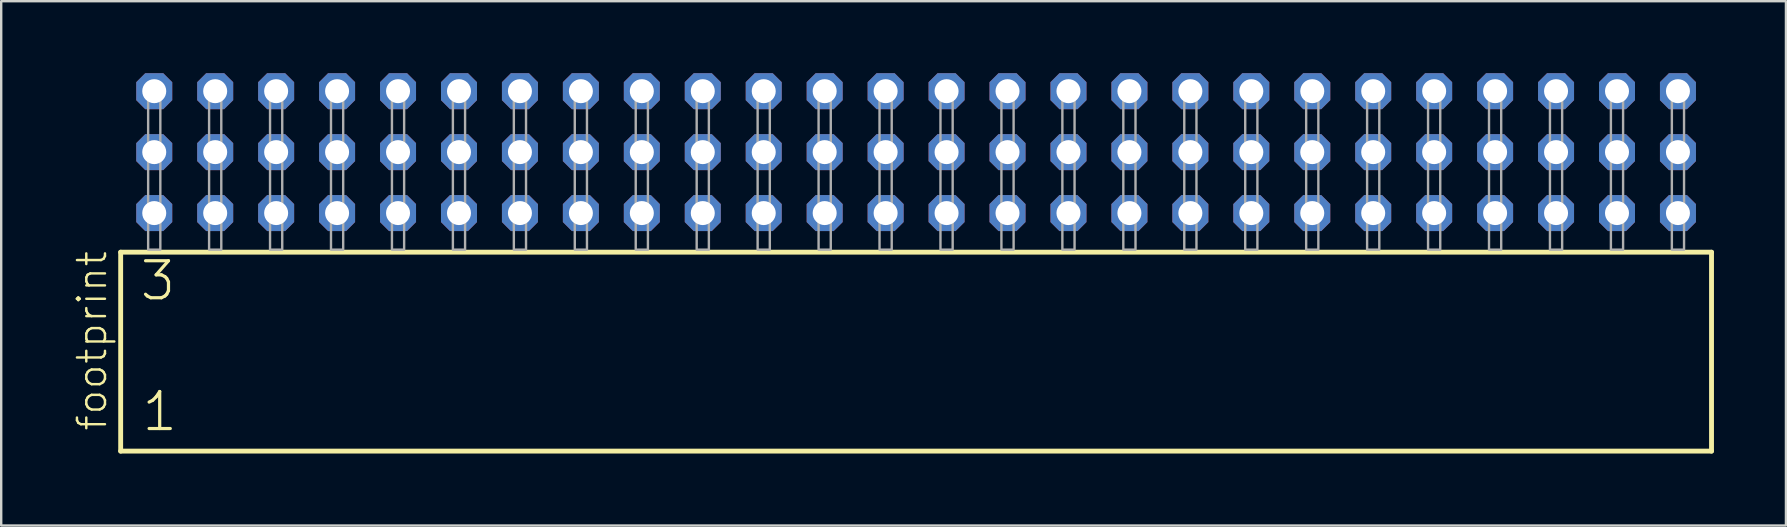
<source format=kicad_pcb>
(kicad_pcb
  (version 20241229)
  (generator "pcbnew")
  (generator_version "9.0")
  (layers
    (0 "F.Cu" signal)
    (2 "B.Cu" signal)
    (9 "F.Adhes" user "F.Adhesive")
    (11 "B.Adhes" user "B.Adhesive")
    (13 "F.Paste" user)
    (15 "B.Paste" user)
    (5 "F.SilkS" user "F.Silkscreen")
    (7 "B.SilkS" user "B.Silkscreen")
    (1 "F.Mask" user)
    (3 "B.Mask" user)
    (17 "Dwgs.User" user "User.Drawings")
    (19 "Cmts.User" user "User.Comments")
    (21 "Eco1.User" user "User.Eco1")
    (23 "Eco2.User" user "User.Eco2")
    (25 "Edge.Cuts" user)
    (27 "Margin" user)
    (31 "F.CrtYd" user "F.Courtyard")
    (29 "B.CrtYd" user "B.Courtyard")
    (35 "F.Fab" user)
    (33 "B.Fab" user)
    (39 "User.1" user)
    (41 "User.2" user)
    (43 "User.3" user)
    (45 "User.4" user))
  (footprint "footprint"
    (layer "F.Cu")
    (at 35.128 7.354)
    (property "Reference" "footprint" (at -33.655 7.62 90) (layer "F.SilkS") (effects (font (size 1.168 1.168) (thickness 0.102)) (justify left bottom)))
    (fp_line (start -33.149 0.106) (end -33.149 8.396) (stroke (width 0.203) (type solid)) (layer "F.SilkS"))
    (fp_line (start -33.149 8.396) (end 33.149 8.396) (stroke (width 0.203) (type solid)) (layer "F.SilkS"))
    (fp_line (start 33.149 0.106) (end -33.149 0.106) (stroke (width 0.203) (type solid)) (layer "F.SilkS"))
    (fp_line (start 33.149 8.396) (end 33.149 0.106) (stroke (width 0.203) (type solid)) (layer "F.SilkS"))
    (fp_poly (pts (xy -32.004 0) (xy -31.496 0) (xy -31.496 -6.858) (xy -32.004 -6.858)) (stroke (width 0.1) (type solid)) (fill no) (layer "F.Fab"))
    (fp_poly (pts (xy -29.464 0) (xy -28.956 0) (xy -28.956 -6.858) (xy -29.464 -6.858)) (stroke (width 0.1) (type solid)) (fill no) (layer "F.Fab"))
    (fp_poly (pts (xy -26.924 0) (xy -26.416 0) (xy -26.416 -6.858) (xy -26.924 -6.858)) (stroke (width 0.1) (type solid)) (fill no) (layer "F.Fab"))
    (fp_poly (pts (xy -24.384 0) (xy -23.876 0) (xy -23.876 -6.858) (xy -24.384 -6.858)) (stroke (width 0.1) (type solid)) (fill no) (layer "F.Fab"))
    (fp_poly (pts (xy -21.844 0) (xy -21.336 0) (xy -21.336 -6.858) (xy -21.844 -6.858)) (stroke (width 0.1) (type solid)) (fill no) (layer "F.Fab"))
    (fp_poly (pts (xy -19.304 0) (xy -18.796 0) (xy -18.796 -6.858) (xy -19.304 -6.858)) (stroke (width 0.1) (type solid)) (fill no) (layer "F.Fab"))
    (fp_poly (pts (xy -16.764 0) (xy -16.256 0) (xy -16.256 -6.858) (xy -16.764 -6.858)) (stroke (width 0.1) (type solid)) (fill no) (layer "F.Fab"))
    (fp_poly (pts (xy -14.224 0) (xy -13.716 0) (xy -13.716 -6.858) (xy -14.224 -6.858)) (stroke (width 0.1) (type solid)) (fill no) (layer "F.Fab"))
    (fp_poly (pts (xy -11.684 0) (xy -11.176 0) (xy -11.176 -6.858) (xy -11.684 -6.858)) (stroke (width 0.1) (type solid)) (fill no) (layer "F.Fab"))
    (fp_poly (pts (xy -9.144 0) (xy -8.636 0) (xy -8.636 -6.858) (xy -9.144 -6.858)) (stroke (width 0.1) (type solid)) (fill no) (layer "F.Fab"))
    (fp_poly (pts (xy -6.604 0) (xy -6.096 0) (xy -6.096 -6.858) (xy -6.604 -6.858)) (stroke (width 0.1) (type solid)) (fill no) (layer "F.Fab"))
    (fp_poly (pts (xy -4.064 0) (xy -3.556 0) (xy -3.556 -6.858) (xy -4.064 -6.858)) (stroke (width 0.1) (type solid)) (fill no) (layer "F.Fab"))
    (fp_poly (pts (xy -1.524 0) (xy -1.016 0) (xy -1.016 -6.858) (xy -1.524 -6.858)) (stroke (width 0.1) (type solid)) (fill no) (layer "F.Fab"))
    (fp_poly (pts (xy 1.016 0) (xy 1.524 0) (xy 1.524 -6.858) (xy 1.016 -6.858)) (stroke (width 0.1) (type solid)) (fill no) (layer "F.Fab"))
    (fp_poly (pts (xy 3.556 0) (xy 4.064 0) (xy 4.064 -6.858) (xy 3.556 -6.858)) (stroke (width 0.1) (type solid)) (fill no) (layer "F.Fab"))
    (fp_poly (pts (xy 6.096 0) (xy 6.604 0) (xy 6.604 -6.858) (xy 6.096 -6.858)) (stroke (width 0.1) (type solid)) (fill no) (layer "F.Fab"))
    (fp_poly (pts (xy 8.636 0) (xy 9.144 0) (xy 9.144 -6.858) (xy 8.636 -6.858)) (stroke (width 0.1) (type solid)) (fill no) (layer "F.Fab"))
    (fp_poly (pts (xy 11.176 0) (xy 11.684 0) (xy 11.684 -6.858) (xy 11.176 -6.858)) (stroke (width 0.1) (type solid)) (fill no) (layer "F.Fab"))
    (fp_poly (pts (xy 13.716 0) (xy 14.224 0) (xy 14.224 -6.858) (xy 13.716 -6.858)) (stroke (width 0.1) (type solid)) (fill no) (layer "F.Fab"))
    (fp_poly (pts (xy 16.256 0) (xy 16.764 0) (xy 16.764 -6.858) (xy 16.256 -6.858)) (stroke (width 0.1) (type solid)) (fill no) (layer "F.Fab"))
    (fp_poly (pts (xy 18.796 0) (xy 19.304 0) (xy 19.304 -6.858) (xy 18.796 -6.858)) (stroke (width 0.1) (type solid)) (fill no) (layer "F.Fab"))
    (fp_poly (pts (xy 21.336 0) (xy 21.844 0) (xy 21.844 -6.858) (xy 21.336 -6.858)) (stroke (width 0.1) (type solid)) (fill no) (layer "F.Fab"))
    (fp_poly (pts (xy 23.876 0) (xy 24.384 0) (xy 24.384 -6.858) (xy 23.876 -6.858)) (stroke (width 0.1) (type solid)) (fill no) (layer "F.Fab"))
    (fp_poly (pts (xy 26.416 0) (xy 26.924 0) (xy 26.924 -6.858) (xy 26.416 -6.858)) (stroke (width 0.1) (type solid)) (fill no) (layer "F.Fab"))
    (fp_poly (pts (xy 28.956 0) (xy 29.464 0) (xy 29.464 -6.858) (xy 28.956 -6.858)) (stroke (width 0.1) (type solid)) (fill no) (layer "F.Fab"))
    (fp_poly (pts (xy 31.496 0) (xy 32.004 0) (xy 32.004 -6.858) (xy 31.496 -6.858)) (stroke (width 0.1) (type solid)) (fill no) (layer "F.Fab"))
    (fp_text user "1" (at -32.345 7.65 0) (layer "F.SilkS") (effects (font (size 1.542 1.542) (thickness 0.134)) (justify left bottom)))
    (fp_text user "3" (at -32.42 2.2 0) (layer "F.SilkS") (effects (font (size 1.542 1.542) (thickness 0.134)) (justify left bottom)))
    (pad "1" thru_hole roundrect (at -31.75 -1.524) (size 1.5 1.5) (drill 1) (layers "*.Cu" "*.Mask") (roundrect_rratio 0.25) (chamfer_ratio 0.25) (chamfer top_left top_right bottom_left bottom_right))
    (pad "2" thru_hole roundrect (at -31.75 -4.064) (size 1.5 1.5) (drill 1) (layers "*.Cu" "*.Mask") (roundrect_rratio 0.25) (chamfer_ratio 0.25) (chamfer top_left top_right bottom_left bottom_right))
    (pad "3" thru_hole roundrect (at -31.75 -6.604) (size 1.5 1.5) (drill 1) (layers "*.Cu" "*.Mask") (roundrect_rratio 0.25) (chamfer_ratio 0.25) (chamfer top_left top_right bottom_left bottom_right))
    (pad "4" thru_hole roundrect (at -29.21 -1.524) (size 1.5 1.5) (drill 1) (layers "*.Cu" "*.Mask") (roundrect_rratio 0.25) (chamfer_ratio 0.25) (chamfer top_left top_right bottom_left bottom_right))
    (pad "5" thru_hole roundrect (at -29.21 -4.064) (size 1.5 1.5) (drill 1) (layers "*.Cu" "*.Mask") (roundrect_rratio 0.25) (chamfer_ratio 0.25) (chamfer top_left top_right bottom_left bottom_right))
    (pad "6" thru_hole roundrect (at -29.21 -6.604) (size 1.5 1.5) (drill 1) (layers "*.Cu" "*.Mask") (roundrect_rratio 0.25) (chamfer_ratio 0.25) (chamfer top_left top_right bottom_left bottom_right))
    (pad "7" thru_hole roundrect (at -26.67 -1.524) (size 1.5 1.5) (drill 1) (layers "*.Cu" "*.Mask") (roundrect_rratio 0.25) (chamfer_ratio 0.25) (chamfer top_left top_right bottom_left bottom_right))
    (pad "8" thru_hole roundrect (at -26.67 -4.064) (size 1.5 1.5) (drill 1) (layers "*.Cu" "*.Mask") (roundrect_rratio 0.25) (chamfer_ratio 0.25) (chamfer top_left top_right bottom_left bottom_right))
    (pad "9" thru_hole roundrect (at -26.67 -6.604) (size 1.5 1.5) (drill 1) (layers "*.Cu" "*.Mask") (roundrect_rratio 0.25) (chamfer_ratio 0.25) (chamfer top_left top_right bottom_left bottom_right))
    (pad "10" thru_hole roundrect (at -24.13 -1.524) (size 1.5 1.5) (drill 1) (layers "*.Cu" "*.Mask") (roundrect_rratio 0.25) (chamfer_ratio 0.25) (chamfer top_left top_right bottom_left bottom_right))
    (pad "11" thru_hole roundrect (at -24.13 -4.064) (size 1.5 1.5) (drill 1) (layers "*.Cu" "*.Mask") (roundrect_rratio 0.25) (chamfer_ratio 0.25) (chamfer top_left top_right bottom_left bottom_right))
    (pad "12" thru_hole roundrect (at -24.13 -6.604) (size 1.5 1.5) (drill 1) (layers "*.Cu" "*.Mask") (roundrect_rratio 0.25) (chamfer_ratio 0.25) (chamfer top_left top_right bottom_left bottom_right))
    (pad "13" thru_hole roundrect (at -21.59 -1.524) (size 1.5 1.5) (drill 1) (layers "*.Cu" "*.Mask") (roundrect_rratio 0.25) (chamfer_ratio 0.25) (chamfer top_left top_right bottom_left bottom_right))
    (pad "14" thru_hole roundrect (at -21.59 -4.064) (size 1.5 1.5) (drill 1) (layers "*.Cu" "*.Mask") (roundrect_rratio 0.25) (chamfer_ratio 0.25) (chamfer top_left top_right bottom_left bottom_right))
    (pad "15" thru_hole roundrect (at -21.59 -6.604) (size 1.5 1.5) (drill 1) (layers "*.Cu" "*.Mask") (roundrect_rratio 0.25) (chamfer_ratio 0.25) (chamfer top_left top_right bottom_left bottom_right))
    (pad "16" thru_hole roundrect (at -19.05 -1.524) (size 1.5 1.5) (drill 1) (layers "*.Cu" "*.Mask") (roundrect_rratio 0.25) (chamfer_ratio 0.25) (chamfer top_left top_right bottom_left bottom_right))
    (pad "17" thru_hole roundrect (at -19.05 -4.064) (size 1.5 1.5) (drill 1) (layers "*.Cu" "*.Mask") (roundrect_rratio 0.25) (chamfer_ratio 0.25) (chamfer top_left top_right bottom_left bottom_right))
    (pad "18" thru_hole roundrect (at -19.05 -6.604) (size 1.5 1.5) (drill 1) (layers "*.Cu" "*.Mask") (roundrect_rratio 0.25) (chamfer_ratio 0.25) (chamfer top_left top_right bottom_left bottom_right))
    (pad "19" thru_hole roundrect (at -16.51 -1.524) (size 1.5 1.5) (drill 1) (layers "*.Cu" "*.Mask") (roundrect_rratio 0.25) (chamfer_ratio 0.25) (chamfer top_left top_right bottom_left bottom_right))
    (pad "20" thru_hole roundrect (at -16.51 -4.064) (size 1.5 1.5) (drill 1) (layers "*.Cu" "*.Mask") (roundrect_rratio 0.25) (chamfer_ratio 0.25) (chamfer top_left top_right bottom_left bottom_right))
    (pad "21" thru_hole roundrect (at -16.51 -6.604) (size 1.5 1.5) (drill 1) (layers "*.Cu" "*.Mask") (roundrect_rratio 0.25) (chamfer_ratio 0.25) (chamfer top_left top_right bottom_left bottom_right))
    (pad "22" thru_hole roundrect (at -13.97 -1.524) (size 1.5 1.5) (drill 1) (layers "*.Cu" "*.Mask") (roundrect_rratio 0.25) (chamfer_ratio 0.25) (chamfer top_left top_right bottom_left bottom_right))
    (pad "23" thru_hole roundrect (at -13.97 -4.064) (size 1.5 1.5) (drill 1) (layers "*.Cu" "*.Mask") (roundrect_rratio 0.25) (chamfer_ratio 0.25) (chamfer top_left top_right bottom_left bottom_right))
    (pad "24" thru_hole roundrect (at -13.97 -6.604) (size 1.5 1.5) (drill 1) (layers "*.Cu" "*.Mask") (roundrect_rratio 0.25) (chamfer_ratio 0.25) (chamfer top_left top_right bottom_left bottom_right))
    (pad "25" thru_hole roundrect (at -11.43 -1.524) (size 1.5 1.5) (drill 1) (layers "*.Cu" "*.Mask") (roundrect_rratio 0.25) (chamfer_ratio 0.25) (chamfer top_left top_right bottom_left bottom_right))
    (pad "26" thru_hole roundrect (at -11.43 -4.064) (size 1.5 1.5) (drill 1) (layers "*.Cu" "*.Mask") (roundrect_rratio 0.25) (chamfer_ratio 0.25) (chamfer top_left top_right bottom_left bottom_right))
    (pad "27" thru_hole roundrect (at -11.43 -6.604) (size 1.5 1.5) (drill 1) (layers "*.Cu" "*.Mask") (roundrect_rratio 0.25) (chamfer_ratio 0.25) (chamfer top_left top_right bottom_left bottom_right))
    (pad "28" thru_hole roundrect (at -8.89 -1.524) (size 1.5 1.5) (drill 1) (layers "*.Cu" "*.Mask") (roundrect_rratio 0.25) (chamfer_ratio 0.25) (chamfer top_left top_right bottom_left bottom_right))
    (pad "29" thru_hole roundrect (at -8.89 -4.064) (size 1.5 1.5) (drill 1) (layers "*.Cu" "*.Mask") (roundrect_rratio 0.25) (chamfer_ratio 0.25) (chamfer top_left top_right bottom_left bottom_right))
    (pad "30" thru_hole roundrect (at -8.89 -6.604) (size 1.5 1.5) (drill 1) (layers "*.Cu" "*.Mask") (roundrect_rratio 0.25) (chamfer_ratio 0.25) (chamfer top_left top_right bottom_left bottom_right))
    (pad "31" thru_hole roundrect (at -6.35 -1.524) (size 1.5 1.5) (drill 1) (layers "*.Cu" "*.Mask") (roundrect_rratio 0.25) (chamfer_ratio 0.25) (chamfer top_left top_right bottom_left bottom_right))
    (pad "32" thru_hole roundrect (at -6.35 -4.064) (size 1.5 1.5) (drill 1) (layers "*.Cu" "*.Mask") (roundrect_rratio 0.25) (chamfer_ratio 0.25) (chamfer top_left top_right bottom_left bottom_right))
    (pad "33" thru_hole roundrect (at -6.35 -6.604) (size 1.5 1.5) (drill 1) (layers "*.Cu" "*.Mask") (roundrect_rratio 0.25) (chamfer_ratio 0.25) (chamfer top_left top_right bottom_left bottom_right))
    (pad "34" thru_hole roundrect (at -3.81 -1.524) (size 1.5 1.5) (drill 1) (layers "*.Cu" "*.Mask") (roundrect_rratio 0.25) (chamfer_ratio 0.25) (chamfer top_left top_right bottom_left bottom_right))
    (pad "35" thru_hole roundrect (at -3.81 -4.064) (size 1.5 1.5) (drill 1) (layers "*.Cu" "*.Mask") (roundrect_rratio 0.25) (chamfer_ratio 0.25) (chamfer top_left top_right bottom_left bottom_right))
    (pad "36" thru_hole roundrect (at -3.81 -6.604) (size 1.5 1.5) (drill 1) (layers "*.Cu" "*.Mask") (roundrect_rratio 0.25) (chamfer_ratio 0.25) (chamfer top_left top_right bottom_left bottom_right))
    (pad "37" thru_hole roundrect (at -1.27 -1.524) (size 1.5 1.5) (drill 1) (layers "*.Cu" "*.Mask") (roundrect_rratio 0.25) (chamfer_ratio 0.25) (chamfer top_left top_right bottom_left bottom_right))
    (pad "38" thru_hole roundrect (at -1.27 -4.064) (size 1.5 1.5) (drill 1) (layers "*.Cu" "*.Mask") (roundrect_rratio 0.25) (chamfer_ratio 0.25) (chamfer top_left top_right bottom_left bottom_right))
    (pad "39" thru_hole roundrect (at -1.27 -6.604) (size 1.5 1.5) (drill 1) (layers "*.Cu" "*.Mask") (roundrect_rratio 0.25) (chamfer_ratio 0.25) (chamfer top_left top_right bottom_left bottom_right))
    (pad "40" thru_hole roundrect (at 1.27 -1.524) (size 1.5 1.5) (drill 1) (layers "*.Cu" "*.Mask") (roundrect_rratio 0.25) (chamfer_ratio 0.25) (chamfer top_left top_right bottom_left bottom_right))
    (pad "41" thru_hole roundrect (at 1.27 -4.064) (size 1.5 1.5) (drill 1) (layers "*.Cu" "*.Mask") (roundrect_rratio 0.25) (chamfer_ratio 0.25) (chamfer top_left top_right bottom_left bottom_right))
    (pad "42" thru_hole roundrect (at 1.27 -6.604) (size 1.5 1.5) (drill 1) (layers "*.Cu" "*.Mask") (roundrect_rratio 0.25) (chamfer_ratio 0.25) (chamfer top_left top_right bottom_left bottom_right))
    (pad "43" thru_hole roundrect (at 3.81 -1.524) (size 1.5 1.5) (drill 1) (layers "*.Cu" "*.Mask") (roundrect_rratio 0.25) (chamfer_ratio 0.25) (chamfer top_left top_right bottom_left bottom_right))
    (pad "44" thru_hole roundrect (at 3.81 -4.064) (size 1.5 1.5) (drill 1) (layers "*.Cu" "*.Mask") (roundrect_rratio 0.25) (chamfer_ratio 0.25) (chamfer top_left top_right bottom_left bottom_right))
    (pad "45" thru_hole roundrect (at 3.81 -6.604) (size 1.5 1.5) (drill 1) (layers "*.Cu" "*.Mask") (roundrect_rratio 0.25) (chamfer_ratio 0.25) (chamfer top_left top_right bottom_left bottom_right))
    (pad "46" thru_hole roundrect (at 6.35 -1.524) (size 1.5 1.5) (drill 1) (layers "*.Cu" "*.Mask") (roundrect_rratio 0.25) (chamfer_ratio 0.25) (chamfer top_left top_right bottom_left bottom_right))
    (pad "47" thru_hole roundrect (at 6.35 -4.064) (size 1.5 1.5) (drill 1) (layers "*.Cu" "*.Mask") (roundrect_rratio 0.25) (chamfer_ratio 0.25) (chamfer top_left top_right bottom_left bottom_right))
    (pad "48" thru_hole roundrect (at 6.35 -6.604) (size 1.5 1.5) (drill 1) (layers "*.Cu" "*.Mask") (roundrect_rratio 0.25) (chamfer_ratio 0.25) (chamfer top_left top_right bottom_left bottom_right))
    (pad "49" thru_hole roundrect (at 8.89 -1.524) (size 1.5 1.5) (drill 1) (layers "*.Cu" "*.Mask") (roundrect_rratio 0.25) (chamfer_ratio 0.25) (chamfer top_left top_right bottom_left bottom_right))
    (pad "50" thru_hole roundrect (at 8.89 -4.064) (size 1.5 1.5) (drill 1) (layers "*.Cu" "*.Mask") (roundrect_rratio 0.25) (chamfer_ratio 0.25) (chamfer top_left top_right bottom_left bottom_right))
    (pad "51" thru_hole roundrect (at 8.89 -6.604) (size 1.5 1.5) (drill 1) (layers "*.Cu" "*.Mask") (roundrect_rratio 0.25) (chamfer_ratio 0.25) (chamfer top_left top_right bottom_left bottom_right))
    (pad "52" thru_hole roundrect (at 11.43 -1.524) (size 1.5 1.5) (drill 1) (layers "*.Cu" "*.Mask") (roundrect_rratio 0.25) (chamfer_ratio 0.25) (chamfer top_left top_right bottom_left bottom_right))
    (pad "53" thru_hole roundrect (at 11.43 -4.064) (size 1.5 1.5) (drill 1) (layers "*.Cu" "*.Mask") (roundrect_rratio 0.25) (chamfer_ratio 0.25) (chamfer top_left top_right bottom_left bottom_right))
    (pad "54" thru_hole roundrect (at 11.43 -6.604) (size 1.5 1.5) (drill 1) (layers "*.Cu" "*.Mask") (roundrect_rratio 0.25) (chamfer_ratio 0.25) (chamfer top_left top_right bottom_left bottom_right))
    (pad "55" thru_hole roundrect (at 13.97 -1.524) (size 1.5 1.5) (drill 1) (layers "*.Cu" "*.Mask") (roundrect_rratio 0.25) (chamfer_ratio 0.25) (chamfer top_left top_right bottom_left bottom_right))
    (pad "56" thru_hole roundrect (at 13.97 -4.064) (size 1.5 1.5) (drill 1) (layers "*.Cu" "*.Mask") (roundrect_rratio 0.25) (chamfer_ratio 0.25) (chamfer top_left top_right bottom_left bottom_right))
    (pad "57" thru_hole roundrect (at 13.97 -6.604) (size 1.5 1.5) (drill 1) (layers "*.Cu" "*.Mask") (roundrect_rratio 0.25) (chamfer_ratio 0.25) (chamfer top_left top_right bottom_left bottom_right))
    (pad "58" thru_hole roundrect (at 16.51 -1.524) (size 1.5 1.5) (drill 1) (layers "*.Cu" "*.Mask") (roundrect_rratio 0.25) (chamfer_ratio 0.25) (chamfer top_left top_right bottom_left bottom_right))
    (pad "59" thru_hole roundrect (at 16.51 -4.064) (size 1.5 1.5) (drill 1) (layers "*.Cu" "*.Mask") (roundrect_rratio 0.25) (chamfer_ratio 0.25) (chamfer top_left top_right bottom_left bottom_right))
    (pad "60" thru_hole roundrect (at 16.51 -6.604) (size 1.5 1.5) (drill 1) (layers "*.Cu" "*.Mask") (roundrect_rratio 0.25) (chamfer_ratio 0.25) (chamfer top_left top_right bottom_left bottom_right))
    (pad "61" thru_hole roundrect (at 19.05 -1.524) (size 1.5 1.5) (drill 1) (layers "*.Cu" "*.Mask") (roundrect_rratio 0.25) (chamfer_ratio 0.25) (chamfer top_left top_right bottom_left bottom_right))
    (pad "62" thru_hole roundrect (at 19.05 -4.064) (size 1.5 1.5) (drill 1) (layers "*.Cu" "*.Mask") (roundrect_rratio 0.25) (chamfer_ratio 0.25) (chamfer top_left top_right bottom_left bottom_right))
    (pad "63" thru_hole roundrect (at 19.05 -6.604) (size 1.5 1.5) (drill 1) (layers "*.Cu" "*.Mask") (roundrect_rratio 0.25) (chamfer_ratio 0.25) (chamfer top_left top_right bottom_left bottom_right))
    (pad "64" thru_hole roundrect (at 21.59 -1.524) (size 1.5 1.5) (drill 1) (layers "*.Cu" "*.Mask") (roundrect_rratio 0.25) (chamfer_ratio 0.25) (chamfer top_left top_right bottom_left bottom_right))
    (pad "65" thru_hole roundrect (at 21.59 -4.064) (size 1.5 1.5) (drill 1) (layers "*.Cu" "*.Mask") (roundrect_rratio 0.25) (chamfer_ratio 0.25) (chamfer top_left top_right bottom_left bottom_right))
    (pad "66" thru_hole roundrect (at 21.59 -6.604) (size 1.5 1.5) (drill 1) (layers "*.Cu" "*.Mask") (roundrect_rratio 0.25) (chamfer_ratio 0.25) (chamfer top_left top_right bottom_left bottom_right))
    (pad "67" thru_hole roundrect (at 24.13 -1.524) (size 1.5 1.5) (drill 1) (layers "*.Cu" "*.Mask") (roundrect_rratio 0.25) (chamfer_ratio 0.25) (chamfer top_left top_right bottom_left bottom_right))
    (pad "68" thru_hole roundrect (at 24.13 -4.064) (size 1.5 1.5) (drill 1) (layers "*.Cu" "*.Mask") (roundrect_rratio 0.25) (chamfer_ratio 0.25) (chamfer top_left top_right bottom_left bottom_right))
    (pad "69" thru_hole roundrect (at 24.13 -6.604) (size 1.5 1.5) (drill 1) (layers "*.Cu" "*.Mask") (roundrect_rratio 0.25) (chamfer_ratio 0.25) (chamfer top_left top_right bottom_left bottom_right))
    (pad "70" thru_hole roundrect (at 26.67 -1.524) (size 1.5 1.5) (drill 1) (layers "*.Cu" "*.Mask") (roundrect_rratio 0.25) (chamfer_ratio 0.25) (chamfer top_left top_right bottom_left bottom_right))
    (pad "71" thru_hole roundrect (at 26.67 -4.064) (size 1.5 1.5) (drill 1) (layers "*.Cu" "*.Mask") (roundrect_rratio 0.25) (chamfer_ratio 0.25) (chamfer top_left top_right bottom_left bottom_right))
    (pad "72" thru_hole roundrect (at 26.67 -6.604) (size 1.5 1.5) (drill 1) (layers "*.Cu" "*.Mask") (roundrect_rratio 0.25) (chamfer_ratio 0.25) (chamfer top_left top_right bottom_left bottom_right))
    (pad "73" thru_hole roundrect (at 29.21 -1.524) (size 1.5 1.5) (drill 1) (layers "*.Cu" "*.Mask") (roundrect_rratio 0.25) (chamfer_ratio 0.25) (chamfer top_left top_right bottom_left bottom_right))
    (pad "74" thru_hole roundrect (at 29.21 -4.064) (size 1.5 1.5) (drill 1) (layers "*.Cu" "*.Mask") (roundrect_rratio 0.25) (chamfer_ratio 0.25) (chamfer top_left top_right bottom_left bottom_right))
    (pad "75" thru_hole roundrect (at 29.21 -6.604) (size 1.5 1.5) (drill 1) (layers "*.Cu" "*.Mask") (roundrect_rratio 0.25) (chamfer_ratio 0.25) (chamfer top_left top_right bottom_left bottom_right))
    (pad "76" thru_hole roundrect (at 31.75 -1.524) (size 1.5 1.5) (drill 1) (layers "*.Cu" "*.Mask") (roundrect_rratio 0.25) (chamfer_ratio 0.25) (chamfer top_left top_right bottom_left bottom_right))
    (pad "77" thru_hole roundrect (at 31.75 -4.064) (size 1.5 1.5) (drill 1) (layers "*.Cu" "*.Mask") (roundrect_rratio 0.25) (chamfer_ratio 0.25) (chamfer top_left top_right bottom_left bottom_right))
    (pad "78" thru_hole roundrect (at 31.75 -6.604) (size 1.5 1.5) (drill 1) (layers "*.Cu" "*.Mask") (roundrect_rratio 0.25) (chamfer_ratio 0.25) (chamfer top_left top_right bottom_left bottom_right)))
  (gr_rect
    (start -3 -3)
    (end 71.379 18.852)
    (stroke (width 0.1) (type default))
    (fill no)
    (layer "Edge.Cuts")))
</source>
